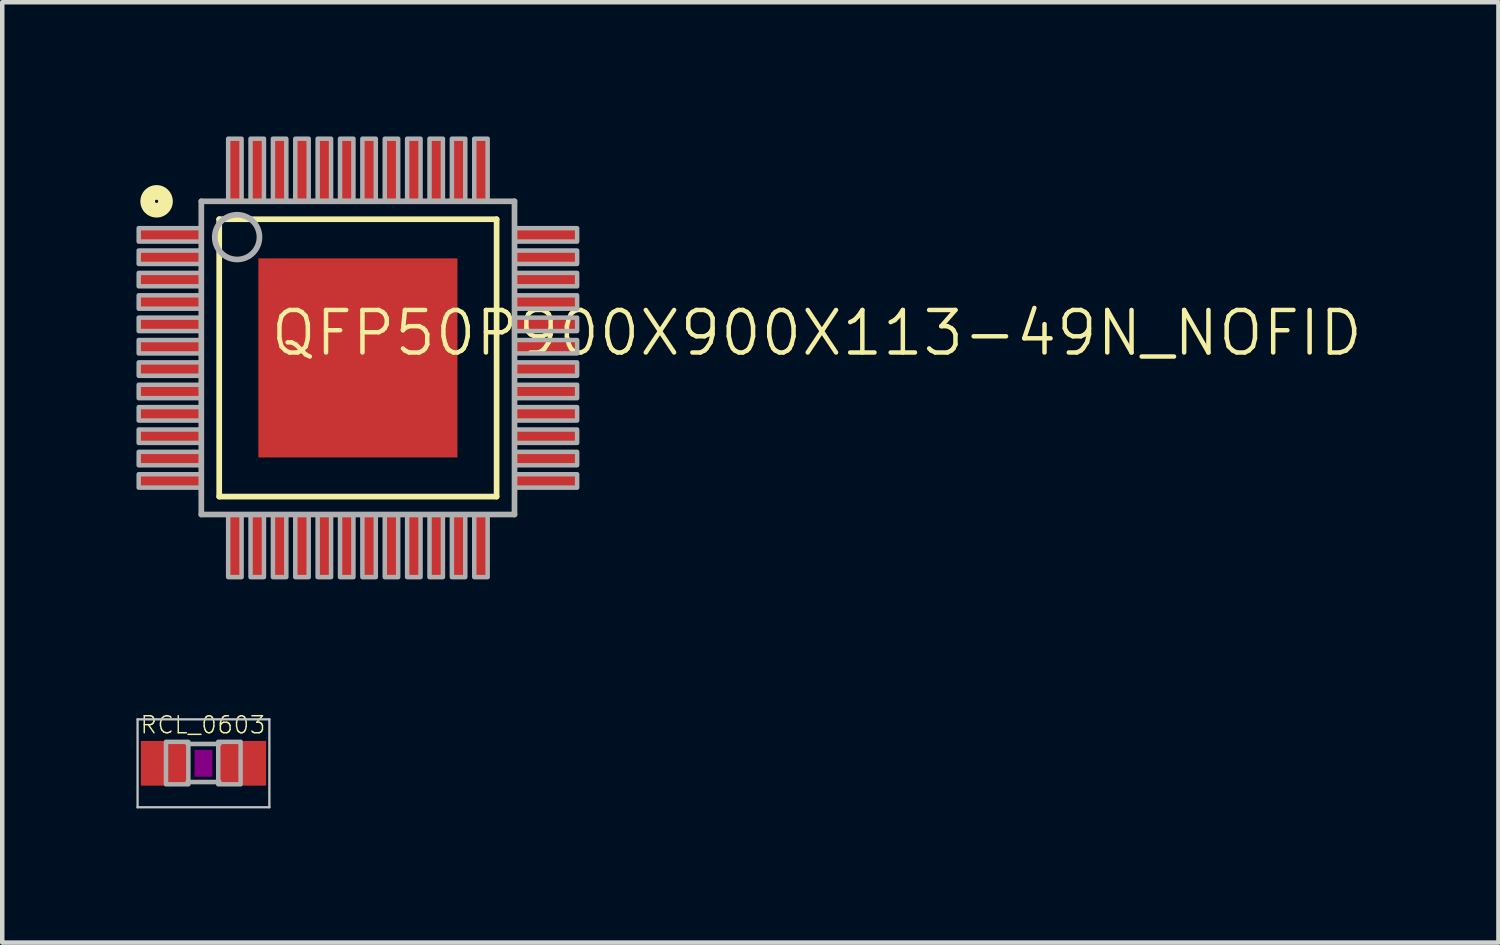
<source format=kicad_pcb>
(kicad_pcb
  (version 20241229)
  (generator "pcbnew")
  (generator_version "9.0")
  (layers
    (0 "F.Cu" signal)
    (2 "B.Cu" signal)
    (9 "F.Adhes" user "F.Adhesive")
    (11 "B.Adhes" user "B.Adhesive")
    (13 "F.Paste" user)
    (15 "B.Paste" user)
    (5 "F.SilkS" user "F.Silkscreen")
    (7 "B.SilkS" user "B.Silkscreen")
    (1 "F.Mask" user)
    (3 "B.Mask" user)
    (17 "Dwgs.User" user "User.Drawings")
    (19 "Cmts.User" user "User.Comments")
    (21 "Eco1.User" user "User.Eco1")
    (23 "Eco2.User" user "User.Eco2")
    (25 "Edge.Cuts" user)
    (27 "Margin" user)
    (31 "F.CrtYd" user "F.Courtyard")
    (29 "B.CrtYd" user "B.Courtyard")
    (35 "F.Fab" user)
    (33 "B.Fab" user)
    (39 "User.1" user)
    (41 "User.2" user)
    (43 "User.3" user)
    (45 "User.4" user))
  (footprint "QFP50P900X900X113-49N_NOFID"
    (layer "F.Cu")
    (at 4.95 4.95)
    (property "Reference" "QFP50P900X900X113-49N_NOFID" (at -2 0 0) (layer "F.SilkS") (effects (font (size 0.95 0.95) (thickness 0.1)) (justify left bottom)))
    (attr through_hole)
    (fp_line (start -3.1 -3.1) (end -3.1 3.1) (stroke (width 0.127) (type solid)) (layer "F.SilkS"))
    (fp_line (start -3.1 3.1) (end 3.1 3.1) (stroke (width 0.127) (type solid)) (layer "F.SilkS"))
    (fp_line (start 3.1 -3.1) (end -3.1 -3.1) (stroke (width 0.127) (type solid)) (layer "F.SilkS"))
    (fp_line (start 3.1 3.1) (end 3.1 -3.1) (stroke (width 0.127) (type solid)) (layer "F.SilkS"))
    (fp_circle (center -4.5 -3.5) (end -4.45 -3.5) (stroke (width 0.127) (type solid)) (fill no) (layer "F.SilkS"))
    (fp_circle (center -4.5 -3.5) (end -4.4 -3.5) (stroke (width 0.127) (type solid)) (fill no) (layer "F.SilkS"))
    (fp_circle (center -4.5 -3.5) (end -4.3 -3.5) (stroke (width 0.127) (type solid)) (fill no) (layer "F.SilkS"))
    (fp_circle (center -4.5 -3.5) (end -4.2 -3.5) (stroke (width 0.127) (type solid)) (fill no) (layer "F.SilkS"))
    (fp_poly (pts (xy -1.4 1.4) (xy 1.4 1.4) (xy 1.4 -1.4) (xy -1.4 -1.4)) (stroke (width 0) (type solid)) (fill yes) (layer "F.Paste"))
    (fp_line (start -3.5 -3.5) (end -3.5 3.5) (stroke (width 0.127) (type solid)) (layer "F.Fab"))
    (fp_line (start -3.5 3.5) (end 3.5 3.5) (stroke (width 0.127) (type solid)) (layer "F.Fab"))
    (fp_line (start 3.5 -3.5) (end -3.5 -3.5) (stroke (width 0.127) (type solid)) (layer "F.Fab"))
    (fp_line (start 3.5 3.5) (end 3.5 -3.5) (stroke (width 0.127) (type solid)) (layer "F.Fab"))
    (fp_circle (center -2.7 -2.7) (end -2.2 -2.7) (stroke (width 0.127) (type solid)) (fill no) (layer "F.Fab"))
    (fp_poly (pts (xy -4.9 -2.6) (xy -3.5 -2.6) (xy -3.5 -2.9) (xy -4.9 -2.9)) (stroke (width 0.1) (type solid)) (fill no) (layer "F.Fab"))
    (fp_poly (pts (xy -4.9 -2.1) (xy -3.5 -2.1) (xy -3.5 -2.4) (xy -4.9 -2.4)) (stroke (width 0.1) (type solid)) (fill no) (layer "F.Fab"))
    (fp_poly (pts (xy -4.9 -1.6) (xy -3.5 -1.6) (xy -3.5 -1.9) (xy -4.9 -1.9)) (stroke (width 0.1) (type solid)) (fill no) (layer "F.Fab"))
    (fp_poly (pts (xy -4.9 -1.1) (xy -3.5 -1.1) (xy -3.5 -1.4) (xy -4.9 -1.4)) (stroke (width 0.1) (type solid)) (fill no) (layer "F.Fab"))
    (fp_poly (pts (xy -4.9 -0.6) (xy -3.5 -0.6) (xy -3.5 -0.9) (xy -4.9 -0.9)) (stroke (width 0.1) (type solid)) (fill no) (layer "F.Fab"))
    (fp_poly (pts (xy -4.9 -0.1) (xy -3.5 -0.1) (xy -3.5 -0.4) (xy -4.9 -0.4)) (stroke (width 0.1) (type solid)) (fill no) (layer "F.Fab"))
    (fp_poly (pts (xy -4.9 0.4) (xy -3.5 0.4) (xy -3.5 0.1) (xy -4.9 0.1)) (stroke (width 0.1) (type solid)) (fill no) (layer "F.Fab"))
    (fp_poly (pts (xy -4.9 0.9) (xy -3.5 0.9) (xy -3.5 0.6) (xy -4.9 0.6)) (stroke (width 0.1) (type solid)) (fill no) (layer "F.Fab"))
    (fp_poly (pts (xy -4.9 1.4) (xy -3.5 1.4) (xy -3.5 1.1) (xy -4.9 1.1)) (stroke (width 0.1) (type solid)) (fill no) (layer "F.Fab"))
    (fp_poly (pts (xy -4.9 1.9) (xy -3.5 1.9) (xy -3.5 1.6) (xy -4.9 1.6)) (stroke (width 0.1) (type solid)) (fill no) (layer "F.Fab"))
    (fp_poly (pts (xy -4.9 2.4) (xy -3.5 2.4) (xy -3.5 2.1) (xy -4.9 2.1)) (stroke (width 0.1) (type solid)) (fill no) (layer "F.Fab"))
    (fp_poly (pts (xy -4.9 2.9) (xy -3.5 2.9) (xy -3.5 2.6) (xy -4.9 2.6)) (stroke (width 0.1) (type solid)) (fill no) (layer "F.Fab"))
    (fp_poly (pts (xy -2.9 -4.9) (xy -2.9 -3.5) (xy -2.6 -3.5) (xy -2.6 -4.9)) (stroke (width 0.1) (type solid)) (fill no) (layer "F.Fab"))
    (fp_poly (pts (xy -2.6 4.9) (xy -2.6 3.5) (xy -2.9 3.5) (xy -2.9 4.9)) (stroke (width 0.1) (type solid)) (fill no) (layer "F.Fab"))
    (fp_poly (pts (xy -2.4 -4.9) (xy -2.4 -3.5) (xy -2.1 -3.5) (xy -2.1 -4.9)) (stroke (width 0.1) (type solid)) (fill no) (layer "F.Fab"))
    (fp_poly (pts (xy -2.1 4.9) (xy -2.1 3.5) (xy -2.4 3.5) (xy -2.4 4.9)) (stroke (width 0.1) (type solid)) (fill no) (layer "F.Fab"))
    (fp_poly (pts (xy -1.9 -4.9) (xy -1.9 -3.5) (xy -1.6 -3.5) (xy -1.6 -4.9)) (stroke (width 0.1) (type solid)) (fill no) (layer "F.Fab"))
    (fp_poly (pts (xy -1.6 4.9) (xy -1.6 3.5) (xy -1.9 3.5) (xy -1.9 4.9)) (stroke (width 0.1) (type solid)) (fill no) (layer "F.Fab"))
    (fp_poly (pts (xy -1.4 -4.9) (xy -1.4 -3.5) (xy -1.1 -3.5) (xy -1.1 -4.9)) (stroke (width 0.1) (type solid)) (fill no) (layer "F.Fab"))
    (fp_poly (pts (xy -1.1 4.9) (xy -1.1 3.5) (xy -1.4 3.5) (xy -1.4 4.9)) (stroke (width 0.1) (type solid)) (fill no) (layer "F.Fab"))
    (fp_poly (pts (xy -0.9 -4.9) (xy -0.9 -3.5) (xy -0.6 -3.5) (xy -0.6 -4.9)) (stroke (width 0.1) (type solid)) (fill no) (layer "F.Fab"))
    (fp_poly (pts (xy -0.6 4.9) (xy -0.6 3.5) (xy -0.9 3.5) (xy -0.9 4.9)) (stroke (width 0.1) (type solid)) (fill no) (layer "F.Fab"))
    (fp_poly (pts (xy -0.4 -4.9) (xy -0.4 -3.5) (xy -0.1 -3.5) (xy -0.1 -4.9)) (stroke (width 0.1) (type solid)) (fill no) (layer "F.Fab"))
    (fp_poly (pts (xy -0.1 4.9) (xy -0.1 3.5) (xy -0.4 3.5) (xy -0.4 4.9)) (stroke (width 0.1) (type solid)) (fill no) (layer "F.Fab"))
    (fp_poly (pts (xy 0.1 -4.9) (xy 0.1 -3.5) (xy 0.4 -3.5) (xy 0.4 -4.9)) (stroke (width 0.1) (type solid)) (fill no) (layer "F.Fab"))
    (fp_poly (pts (xy 0.4 4.9) (xy 0.4 3.5) (xy 0.1 3.5) (xy 0.1 4.9)) (stroke (width 0.1) (type solid)) (fill no) (layer "F.Fab"))
    (fp_poly (pts (xy 0.6 -4.9) (xy 0.6 -3.5) (xy 0.9 -3.5) (xy 0.9 -4.9)) (stroke (width 0.1) (type solid)) (fill no) (layer "F.Fab"))
    (fp_poly (pts (xy 0.9 4.9) (xy 0.9 3.5) (xy 0.6 3.5) (xy 0.6 4.9)) (stroke (width 0.1) (type solid)) (fill no) (layer "F.Fab"))
    (fp_poly (pts (xy 1.1 -4.9) (xy 1.1 -3.5) (xy 1.4 -3.5) (xy 1.4 -4.9)) (stroke (width 0.1) (type solid)) (fill no) (layer "F.Fab"))
    (fp_poly (pts (xy 1.4 4.9) (xy 1.4 3.5) (xy 1.1 3.5) (xy 1.1 4.9)) (stroke (width 0.1) (type solid)) (fill no) (layer "F.Fab"))
    (fp_poly (pts (xy 1.6 -4.9) (xy 1.6 -3.5) (xy 1.9 -3.5) (xy 1.9 -4.9)) (stroke (width 0.1) (type solid)) (fill no) (layer "F.Fab"))
    (fp_poly (pts (xy 1.9 4.9) (xy 1.9 3.5) (xy 1.6 3.5) (xy 1.6 4.9)) (stroke (width 0.1) (type solid)) (fill no) (layer "F.Fab"))
    (fp_poly (pts (xy 2.1 -4.9) (xy 2.1 -3.5) (xy 2.4 -3.5) (xy 2.4 -4.9)) (stroke (width 0.1) (type solid)) (fill no) (layer "F.Fab"))
    (fp_poly (pts (xy 2.4 4.9) (xy 2.4 3.5) (xy 2.1 3.5) (xy 2.1 4.9)) (stroke (width 0.1) (type solid)) (fill no) (layer "F.Fab"))
    (fp_poly (pts (xy 2.6 -4.9) (xy 2.6 -3.5) (xy 2.9 -3.5) (xy 2.9 -4.9)) (stroke (width 0.1) (type solid)) (fill no) (layer "F.Fab"))
    (fp_poly (pts (xy 2.9 4.9) (xy 2.9 3.5) (xy 2.6 3.5) (xy 2.6 4.9)) (stroke (width 0.1) (type solid)) (fill no) (layer "F.Fab"))
    (fp_poly (pts (xy 4.9 -2.9) (xy 3.5 -2.9) (xy 3.5 -2.6) (xy 4.9 -2.6)) (stroke (width 0.1) (type solid)) (fill no) (layer "F.Fab"))
    (fp_poly (pts (xy 4.9 -2.4) (xy 3.5 -2.4) (xy 3.5 -2.1) (xy 4.9 -2.1)) (stroke (width 0.1) (type solid)) (fill no) (layer "F.Fab"))
    (fp_poly (pts (xy 4.9 -1.9) (xy 3.5 -1.9) (xy 3.5 -1.6) (xy 4.9 -1.6)) (stroke (width 0.1) (type solid)) (fill no) (layer "F.Fab"))
    (fp_poly (pts (xy 4.9 -1.4) (xy 3.5 -1.4) (xy 3.5 -1.1) (xy 4.9 -1.1)) (stroke (width 0.1) (type solid)) (fill no) (layer "F.Fab"))
    (fp_poly (pts (xy 4.9 -0.9) (xy 3.5 -0.9) (xy 3.5 -0.6) (xy 4.9 -0.6)) (stroke (width 0.1) (type solid)) (fill no) (layer "F.Fab"))
    (fp_poly (pts (xy 4.9 -0.4) (xy 3.5 -0.4) (xy 3.5 -0.1) (xy 4.9 -0.1)) (stroke (width 0.1) (type solid)) (fill no) (layer "F.Fab"))
    (fp_poly (pts (xy 4.9 0.1) (xy 3.5 0.1) (xy 3.5 0.4) (xy 4.9 0.4)) (stroke (width 0.1) (type solid)) (fill no) (layer "F.Fab"))
    (fp_poly (pts (xy 4.9 0.6) (xy 3.5 0.6) (xy 3.5 0.9) (xy 4.9 0.9)) (stroke (width 0.1) (type solid)) (fill no) (layer "F.Fab"))
    (fp_poly (pts (xy 4.9 1.1) (xy 3.5 1.1) (xy 3.5 1.4) (xy 4.9 1.4)) (stroke (width 0.1) (type solid)) (fill no) (layer "F.Fab"))
    (fp_poly (pts (xy 4.9 1.6) (xy 3.5 1.6) (xy 3.5 1.9) (xy 4.9 1.9)) (stroke (width 0.1) (type solid)) (fill no) (layer "F.Fab"))
    (fp_poly (pts (xy 4.9 2.1) (xy 3.5 2.1) (xy 3.5 2.4) (xy 4.9 2.4)) (stroke (width 0.1) (type solid)) (fill no) (layer "F.Fab"))
    (fp_poly (pts (xy 4.9 2.6) (xy 3.5 2.6) (xy 3.5 2.9) (xy 4.9 2.9)) (stroke (width 0.1) (type solid)) (fill no) (layer "F.Fab"))
    (pad "1" smd rect (at -4.2 -2.75) (size 1.45 0.3) (layers "F.Cu" "F.Mask" "F.Paste"))
    (pad "2" smd rect (at -4.2 -2.25) (size 1.45 0.3) (layers "F.Cu" "F.Mask" "F.Paste"))
    (pad "3" smd rect (at -4.2 -1.75) (size 1.45 0.3) (layers "F.Cu" "F.Mask" "F.Paste"))
    (pad "4" smd rect (at -4.2 -1.25) (size 1.45 0.3) (layers "F.Cu" "F.Mask" "F.Paste"))
    (pad "5" smd rect (at -4.2 -0.75) (size 1.45 0.3) (layers "F.Cu" "F.Mask" "F.Paste"))
    (pad "6" smd rect (at -4.2 -0.25) (size 1.45 0.3) (layers "F.Cu" "F.Mask" "F.Paste"))
    (pad "7" smd rect (at -4.2 0.25) (size 1.45 0.3) (layers "F.Cu" "F.Mask" "F.Paste"))
    (pad "8" smd rect (at -4.2 0.75) (size 1.45 0.3) (layers "F.Cu" "F.Mask" "F.Paste"))
    (pad "9" smd rect (at -4.2 1.25) (size 1.45 0.3) (layers "F.Cu" "F.Mask" "F.Paste"))
    (pad "10" smd rect (at -4.2 1.75) (size 1.45 0.3) (layers "F.Cu" "F.Mask" "F.Paste"))
    (pad "11" smd rect (at -4.2 2.25) (size 1.45 0.3) (layers "F.Cu" "F.Mask" "F.Paste"))
    (pad "12" smd rect (at -4.2 2.75) (size 1.45 0.3) (layers "F.Cu" "F.Mask" "F.Paste"))
    (pad "13" smd rect (at -2.75 4.2 90) (size 1.45 0.3) (layers "F.Cu" "F.Mask" "F.Paste"))
    (pad "14" smd rect (at -2.25 4.2 90) (size 1.45 0.3) (layers "F.Cu" "F.Mask" "F.Paste"))
    (pad "15" smd rect (at -1.75 4.2 90) (size 1.45 0.3) (layers "F.Cu" "F.Mask" "F.Paste"))
    (pad "16" smd rect (at -1.25 4.2 90) (size 1.45 0.3) (layers "F.Cu" "F.Mask" "F.Paste"))
    (pad "17" smd rect (at -0.75 4.2 90) (size 1.45 0.3) (layers "F.Cu" "F.Mask" "F.Paste"))
    (pad "18" smd rect (at -0.25 4.2 90) (size 1.45 0.3) (layers "F.Cu" "F.Mask" "F.Paste"))
    (pad "19" smd rect (at 0.25 4.2 90) (size 1.45 0.3) (layers "F.Cu" "F.Mask" "F.Paste"))
    (pad "20" smd rect (at 0.75 4.2 90) (size 1.45 0.3) (layers "F.Cu" "F.Mask" "F.Paste"))
    (pad "21" smd rect (at 1.25 4.2 90) (size 1.45 0.3) (layers "F.Cu" "F.Mask" "F.Paste"))
    (pad "22" smd rect (at 1.75 4.2 90) (size 1.45 0.3) (layers "F.Cu" "F.Mask" "F.Paste"))
    (pad "23" smd rect (at 2.25 4.2 90) (size 1.45 0.3) (layers "F.Cu" "F.Mask" "F.Paste"))
    (pad "24" smd rect (at 2.75 4.2 90) (size 1.45 0.3) (layers "F.Cu" "F.Mask" "F.Paste"))
    (pad "25" smd rect (at 4.2 2.75 180) (size 1.45 0.3) (layers "F.Cu" "F.Mask" "F.Paste"))
    (pad "26" smd rect (at 4.2 2.25 180) (size 1.45 0.3) (layers "F.Cu" "F.Mask" "F.Paste"))
    (pad "27" smd rect (at 4.2 1.75 180) (size 1.45 0.3) (layers "F.Cu" "F.Mask" "F.Paste"))
    (pad "28" smd rect (at 4.2 1.25 180) (size 1.45 0.3) (layers "F.Cu" "F.Mask" "F.Paste"))
    (pad "29" smd rect (at 4.2 0.75 180) (size 1.45 0.3) (layers "F.Cu" "F.Mask" "F.Paste"))
    (pad "30" smd rect (at 4.2 0.25 180) (size 1.45 0.3) (layers "F.Cu" "F.Mask" "F.Paste"))
    (pad "31" smd rect (at 4.2 -0.25 180) (size 1.45 0.3) (layers "F.Cu" "F.Mask" "F.Paste"))
    (pad "32" smd rect (at 4.2 -0.75 180) (size 1.45 0.3) (layers "F.Cu" "F.Mask" "F.Paste"))
    (pad "33" smd rect (at 4.2 -1.25 180) (size 1.45 0.3) (layers "F.Cu" "F.Mask" "F.Paste"))
    (pad "34" smd rect (at 4.2 -1.75 180) (size 1.45 0.3) (layers "F.Cu" "F.Mask" "F.Paste"))
    (pad "35" smd rect (at 4.2 -2.25 180) (size 1.45 0.3) (layers "F.Cu" "F.Mask" "F.Paste"))
    (pad "36" smd rect (at 4.2 -2.75 180) (size 1.45 0.3) (layers "F.Cu" "F.Mask" "F.Paste"))
    (pad "37" smd rect (at 2.75 -4.2 270) (size 1.45 0.3) (layers "F.Cu" "F.Mask" "F.Paste"))
    (pad "38" smd rect (at 2.25 -4.2 270) (size 1.45 0.3) (layers "F.Cu" "F.Mask" "F.Paste"))
    (pad "39" smd rect (at 1.75 -4.2 270) (size 1.45 0.3) (layers "F.Cu" "F.Mask" "F.Paste"))
    (pad "40" smd rect (at 1.25 -4.2 270) (size 1.45 0.3) (layers "F.Cu" "F.Mask" "F.Paste"))
    (pad "41" smd rect (at 0.75 -4.2 270) (size 1.45 0.3) (layers "F.Cu" "F.Mask" "F.Paste"))
    (pad "42" smd rect (at 0.25 -4.2 270) (size 1.45 0.3) (layers "F.Cu" "F.Mask" "F.Paste"))
    (pad "43" smd rect (at -0.25 -4.2 270) (size 1.45 0.3) (layers "F.Cu" "F.Mask" "F.Paste"))
    (pad "44" smd rect (at -0.75 -4.2 270) (size 1.45 0.3) (layers "F.Cu" "F.Mask" "F.Paste"))
    (pad "45" smd rect (at -1.25 -4.2 270) (size 1.45 0.3) (layers "F.Cu" "F.Mask" "F.Paste"))
    (pad "46" smd rect (at -1.75 -4.2 270) (size 1.45 0.3) (layers "F.Cu" "F.Mask" "F.Paste"))
    (pad "47" smd rect (at -2.25 -4.2 270) (size 1.45 0.3) (layers "F.Cu" "F.Mask" "F.Paste"))
    (pad "48" smd rect (at -2.75 -4.2 270) (size 1.45 0.3) (layers "F.Cu" "F.Mask" "F.Paste"))
    (pad "PAD" smd rect (at 0 0) (size 4.45 4.45) (layers "F.Cu" "F.Mask")))
  (footprint "RCL_0603"
    (layer "F.Cu")
    (at 1.498 14.011)
    (property "Reference" "RCL_0603" (at -1.435 -0.635 0) (layer "F.SilkS") (effects (font (size 0.38 0.38) (thickness 0.032)) (justify left bottom)))
    (attr through_hole)
    (fp_poly (pts (xy -0.2 0.3) (xy 0.2 0.3) (xy 0.2 -0.3) (xy -0.2 -0.3)) (stroke (width 0) (type solid)) (fill yes) (layer "F.Adhes"))
    (fp_line (start -1.473 -0.983) (end 1.473 -0.983) (stroke (width 0.051) (type solid)) (layer "Dwgs.User"))
    (fp_line (start -1.473 0.983) (end -1.473 -0.983) (stroke (width 0.051) (type solid)) (layer "Dwgs.User"))
    (fp_line (start 1.473 -0.983) (end 1.473 0.983) (stroke (width 0.051) (type solid)) (layer "Dwgs.User"))
    (fp_line (start 1.473 0.983) (end -1.473 0.983) (stroke (width 0.051) (type solid)) (layer "Dwgs.User"))
    (fp_line (start -0.356 -0.432) (end 0.356 -0.432) (stroke (width 0.102) (type solid)) (layer "F.Fab"))
    (fp_line (start -0.356 0.419) (end 0.356 0.419) (stroke (width 0.102) (type solid)) (layer "F.Fab"))
    (fp_poly (pts (xy -0.838 0.47) (xy -0.338 0.47) (xy -0.338 -0.48) (xy -0.838 -0.48)) (stroke (width 0.1) (type solid)) (fill no) (layer "F.Fab"))
    (fp_poly (pts (xy 0.33 0.47) (xy 0.83 0.47) (xy 0.83 -0.48) (xy 0.33 -0.48)) (stroke (width 0.1) (type solid)) (fill no) (layer "F.Fab"))
    (pad "1" smd rect (at -0.85 0) (size 1.1 1) (layers "F.Cu" "F.Mask" "F.Paste"))
    (pad "2" smd rect (at 0.85 0) (size 1.1 1) (layers "F.Cu" "F.Mask" "F.Paste")))
  (gr_rect
    (start -3 -3)
    (end 30.443 18.019)
    (stroke (width 0.1) (type default))
    (fill no)
    (layer "Edge.Cuts")))
</source>
